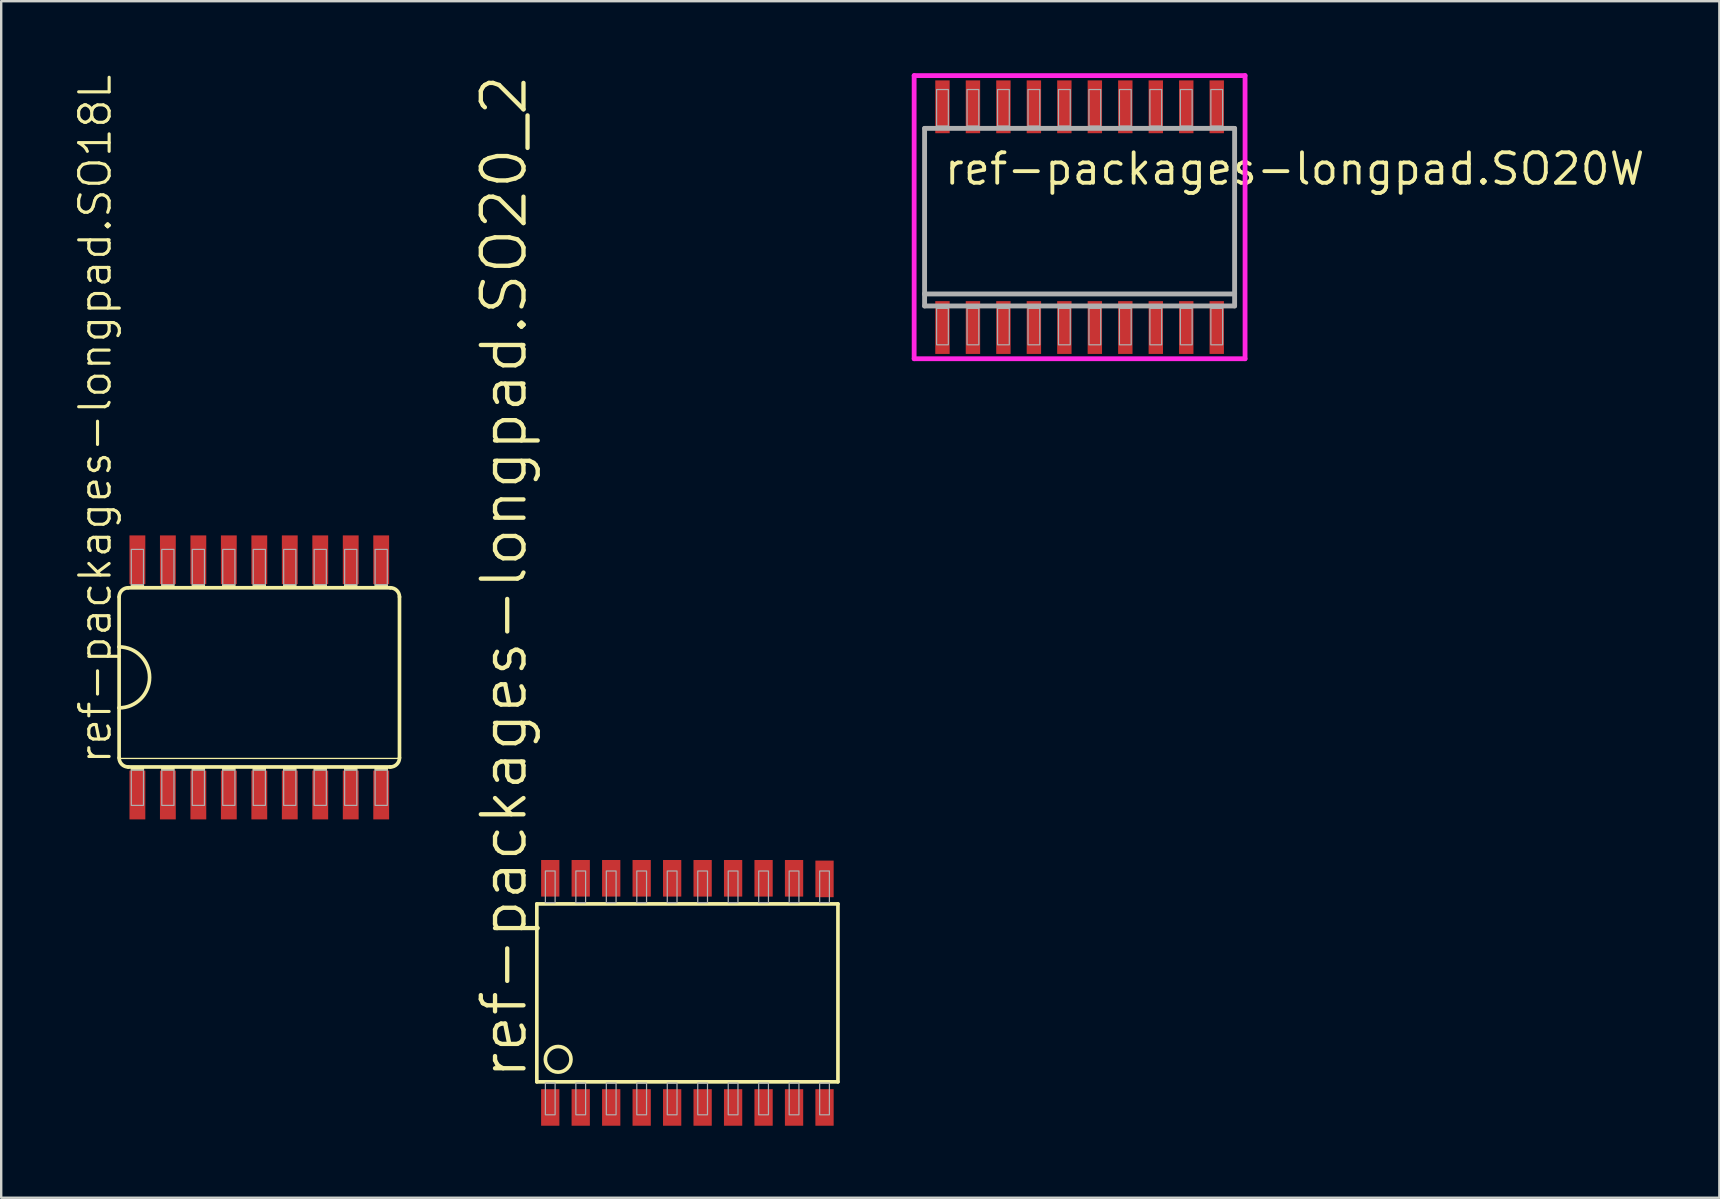
<source format=kicad_pcb>
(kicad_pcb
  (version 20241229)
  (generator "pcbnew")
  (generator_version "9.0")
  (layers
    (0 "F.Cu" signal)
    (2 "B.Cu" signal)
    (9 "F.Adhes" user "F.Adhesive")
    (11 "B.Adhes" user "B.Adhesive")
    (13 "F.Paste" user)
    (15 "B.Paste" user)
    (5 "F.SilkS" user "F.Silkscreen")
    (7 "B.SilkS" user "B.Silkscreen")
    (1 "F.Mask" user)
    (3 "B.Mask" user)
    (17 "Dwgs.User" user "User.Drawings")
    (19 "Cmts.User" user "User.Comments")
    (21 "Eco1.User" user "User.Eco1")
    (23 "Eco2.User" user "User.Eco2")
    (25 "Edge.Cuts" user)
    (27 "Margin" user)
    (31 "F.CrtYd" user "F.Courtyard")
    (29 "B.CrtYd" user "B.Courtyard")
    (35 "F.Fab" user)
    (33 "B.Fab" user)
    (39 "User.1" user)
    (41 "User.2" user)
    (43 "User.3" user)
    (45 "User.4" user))
  (footprint "ref-packages-longpad.SO20_2"
    (layer "F.Cu")
    (at 25.596 38.327)
    (property "Reference" "ref-packages-longpad.SO20_2" (at -6.604 3.683 90) (layer "F.SilkS") (effects (font (size 1.778 1.778) (thickness 0.18)) (justify left bottom)))
    (attr smd)
    (fp_line (start -6.274 -3.708) (end -6.274 3.708) (stroke (width 0.152) (type default)) (layer "F.SilkS"))
    (fp_line (start -6.274 3.708) (end 6.274 3.708) (stroke (width 0.152) (type default)) (layer "F.SilkS"))
    (fp_line (start 6.274 -3.708) (end -6.274 -3.708) (stroke (width 0.152) (type default)) (layer "F.SilkS"))
    (fp_line (start 6.274 3.708) (end 6.274 -3.708) (stroke (width 0.152) (type default)) (layer "F.SilkS"))
    (fp_circle (center -5.385 2.769) (end -4.851 2.769) (stroke (width 0.152) (type default)) (fill no) (layer "F.SilkS"))
    (fp_rect (start -5.918 -3.759) (end -5.512 -5.08) (stroke (width 0.05) (type default)) (fill no) (layer "F.Fab"))
    (fp_rect (start -5.918 5.08) (end -5.512 3.759) (stroke (width 0.05) (type default)) (fill no) (layer "F.Fab"))
    (fp_rect (start -4.648 -3.759) (end -4.242 -5.08) (stroke (width 0.05) (type default)) (fill no) (layer "F.Fab"))
    (fp_rect (start -4.648 5.08) (end -4.242 3.759) (stroke (width 0.05) (type default)) (fill no) (layer "F.Fab"))
    (fp_rect (start -3.378 -3.759) (end -2.972 -5.08) (stroke (width 0.05) (type default)) (fill no) (layer "F.Fab"))
    (fp_rect (start -3.378 5.08) (end -2.972 3.759) (stroke (width 0.05) (type default)) (fill no) (layer "F.Fab"))
    (fp_rect (start -2.108 -3.759) (end -1.702 -5.08) (stroke (width 0.05) (type default)) (fill no) (layer "F.Fab"))
    (fp_rect (start -2.108 5.08) (end -1.702 3.759) (stroke (width 0.05) (type default)) (fill no) (layer "F.Fab"))
    (fp_rect (start -0.838 -3.759) (end -0.432 -5.08) (stroke (width 0.05) (type default)) (fill no) (layer "F.Fab"))
    (fp_rect (start -0.838 5.08) (end -0.432 3.759) (stroke (width 0.05) (type default)) (fill no) (layer "F.Fab"))
    (fp_rect (start 0.432 -3.759) (end 0.838 -5.08) (stroke (width 0.05) (type default)) (fill no) (layer "F.Fab"))
    (fp_rect (start 0.432 5.08) (end 0.838 3.759) (stroke (width 0.05) (type default)) (fill no) (layer "F.Fab"))
    (fp_rect (start 1.702 -3.759) (end 2.108 -5.08) (stroke (width 0.05) (type default)) (fill no) (layer "F.Fab"))
    (fp_rect (start 1.702 5.08) (end 2.108 3.759) (stroke (width 0.05) (type default)) (fill no) (layer "F.Fab"))
    (fp_rect (start 2.972 -3.759) (end 3.378 -5.08) (stroke (width 0.05) (type default)) (fill no) (layer "F.Fab"))
    (fp_rect (start 2.972 5.08) (end 3.378 3.759) (stroke (width 0.05) (type default)) (fill no) (layer "F.Fab"))
    (fp_rect (start 4.242 -3.759) (end 4.648 -5.08) (stroke (width 0.05) (type default)) (fill no) (layer "F.Fab"))
    (fp_rect (start 4.242 5.08) (end 4.648 3.759) (stroke (width 0.05) (type default)) (fill no) (layer "F.Fab"))
    (fp_rect (start 5.512 -3.759) (end 5.918 -5.08) (stroke (width 0.05) (type default)) (fill no) (layer "F.Fab"))
    (fp_rect (start 5.512 5.08) (end 5.918 3.759) (stroke (width 0.05) (type default)) (fill no) (layer "F.Fab"))
    (pad "1" smd roundrect (at -5.715 4.775) (size 0.762 1.524) (layers "F.Cu" "F.Mask" "F.Paste") (roundrect_rratio 0.01))
    (pad "2" smd roundrect (at -4.445 4.775) (size 0.762 1.524) (layers "F.Cu" "F.Mask" "F.Paste") (roundrect_rratio 0.01))
    (pad "3" smd roundrect (at -3.175 4.775) (size 0.762 1.524) (layers "F.Cu" "F.Mask" "F.Paste") (roundrect_rratio 0.01))
    (pad "4" smd roundrect (at -1.905 4.775) (size 0.762 1.524) (layers "F.Cu" "F.Mask" "F.Paste") (roundrect_rratio 0.01))
    (pad "5" smd roundrect (at -0.635 4.775) (size 0.762 1.524) (layers "F.Cu" "F.Mask" "F.Paste") (roundrect_rratio 0.01))
    (pad "6" smd roundrect (at 0.635 4.775) (size 0.762 1.524) (layers "F.Cu" "F.Mask" "F.Paste") (roundrect_rratio 0.01))
    (pad "7" smd roundrect (at 1.905 4.775) (size 0.762 1.524) (layers "F.Cu" "F.Mask" "F.Paste") (roundrect_rratio 0.01))
    (pad "8" smd roundrect (at 3.175 4.775) (size 0.762 1.524) (layers "F.Cu" "F.Mask" "F.Paste") (roundrect_rratio 0.01))
    (pad "9" smd roundrect (at 4.445 4.775) (size 0.762 1.524) (layers "F.Cu" "F.Mask" "F.Paste") (roundrect_rratio 0.01))
    (pad "10" smd roundrect (at 5.715 4.775) (size 0.762 1.524) (layers "F.Cu" "F.Mask" "F.Paste") (roundrect_rratio 0.01))
    (pad "11" smd roundrect (at 5.715 -4.75) (size 0.762 1.524) (layers "F.Cu" "F.Mask" "F.Paste") (roundrect_rratio 0.01))
    (pad "12" smd roundrect (at 4.445 -4.775) (size 0.762 1.524) (layers "F.Cu" "F.Mask" "F.Paste") (roundrect_rratio 0.01))
    (pad "13" smd roundrect (at 3.175 -4.775) (size 0.762 1.524) (layers "F.Cu" "F.Mask" "F.Paste") (roundrect_rratio 0.01))
    (pad "14" smd roundrect (at 1.905 -4.775) (size 0.762 1.524) (layers "F.Cu" "F.Mask" "F.Paste") (roundrect_rratio 0.01))
    (pad "15" smd roundrect (at 0.635 -4.775) (size 0.762 1.524) (layers "F.Cu" "F.Mask" "F.Paste") (roundrect_rratio 0.01))
    (pad "16" smd roundrect (at -0.635 -4.775) (size 0.762 1.524) (layers "F.Cu" "F.Mask" "F.Paste") (roundrect_rratio 0.01))
    (pad "17" smd roundrect (at -1.905 -4.775) (size 0.762 1.524) (layers "F.Cu" "F.Mask" "F.Paste") (roundrect_rratio 0.01))
    (pad "18" smd roundrect (at -3.175 -4.775) (size 0.762 1.524) (layers "F.Cu" "F.Mask" "F.Paste") (roundrect_rratio 0.01))
    (pad "19" smd roundrect (at -4.445 -4.775) (size 0.762 1.524) (layers "F.Cu" "F.Mask" "F.Paste") (roundrect_rratio 0.01))
    (pad "20" smd roundrect (at -5.715 -4.775) (size 0.762 1.524) (layers "F.Cu" "F.Mask" "F.Paste") (roundrect_rratio 0.01)))
  (footprint "ref-packages-longpad.SO20W"
    (layer "F.Cu")
    (at 41.941 6)
    (property "Reference" "ref-packages-longpad.SO20W" (at -5.715 -1.27 0) (layer "F.SilkS") (effects (font (size 1.27 1.27) (thickness 0.16)) (justify left bottom)))
    (attr smd)
    (fp_line (start -6.895 -5.9) (end 6.895 -5.9) (stroke (width 0.2) (type default)) (layer "F.CrtYd"))
    (fp_line (start -6.895 5.9) (end -6.895 -5.9) (stroke (width 0.2) (type default)) (layer "F.CrtYd"))
    (fp_line (start 6.895 -5.9) (end 6.895 5.9) (stroke (width 0.2) (type default)) (layer "F.CrtYd"))
    (fp_line (start 6.895 5.9) (end -6.895 5.9) (stroke (width 0.2) (type default)) (layer "F.CrtYd"))
    (fp_line (start -6.46 -3.7) (end 6.46 -3.7) (stroke (width 0.203) (type default)) (layer "F.Fab"))
    (fp_line (start -6.46 3.2) (end -6.46 -3.7) (stroke (width 0.203) (type default)) (layer "F.Fab"))
    (fp_line (start -6.46 3.7) (end -6.46 3.2) (stroke (width 0.203) (type default)) (layer "F.Fab"))
    (fp_line (start 6.46 -3.7) (end 6.46 3.2) (stroke (width 0.203) (type default)) (layer "F.Fab"))
    (fp_line (start 6.46 3.2) (end -6.46 3.2) (stroke (width 0.203) (type default)) (layer "F.Fab"))
    (fp_line (start 6.46 3.2) (end 6.46 3.7) (stroke (width 0.203) (type default)) (layer "F.Fab"))
    (fp_line (start 6.46 3.7) (end -6.46 3.7) (stroke (width 0.203) (type default)) (layer "F.Fab"))
    (fp_rect (start -5.96 -3.8) (end -5.47 -5.32) (stroke (width 0.05) (type default)) (fill no) (layer "F.Fab"))
    (fp_rect (start -5.96 5.32) (end -5.47 3.8) (stroke (width 0.05) (type default)) (fill no) (layer "F.Fab"))
    (fp_rect (start -4.69 -3.8) (end -4.2 -5.32) (stroke (width 0.05) (type default)) (fill no) (layer "F.Fab"))
    (fp_rect (start -4.69 5.32) (end -4.2 3.8) (stroke (width 0.05) (type default)) (fill no) (layer "F.Fab"))
    (fp_rect (start -3.42 -3.8) (end -2.93 -5.32) (stroke (width 0.05) (type default)) (fill no) (layer "F.Fab"))
    (fp_rect (start -3.42 5.32) (end -2.93 3.8) (stroke (width 0.05) (type default)) (fill no) (layer "F.Fab"))
    (fp_rect (start -2.15 -3.8) (end -1.66 -5.32) (stroke (width 0.05) (type default)) (fill no) (layer "F.Fab"))
    (fp_rect (start -2.15 5.32) (end -1.66 3.8) (stroke (width 0.05) (type default)) (fill no) (layer "F.Fab"))
    (fp_rect (start -0.88 -3.8) (end -0.39 -5.32) (stroke (width 0.05) (type default)) (fill no) (layer "F.Fab"))
    (fp_rect (start -0.88 5.32) (end -0.39 3.8) (stroke (width 0.05) (type default)) (fill no) (layer "F.Fab"))
    (fp_rect (start 0.39 -3.8) (end 0.88 -5.32) (stroke (width 0.05) (type default)) (fill no) (layer "F.Fab"))
    (fp_rect (start 0.39 5.32) (end 0.88 3.8) (stroke (width 0.05) (type default)) (fill no) (layer "F.Fab"))
    (fp_rect (start 1.66 -3.8) (end 2.15 -5.32) (stroke (width 0.05) (type default)) (fill no) (layer "F.Fab"))
    (fp_rect (start 1.66 5.32) (end 2.15 3.8) (stroke (width 0.05) (type default)) (fill no) (layer "F.Fab"))
    (fp_rect (start 2.93 -3.8) (end 3.42 -5.32) (stroke (width 0.05) (type default)) (fill no) (layer "F.Fab"))
    (fp_rect (start 2.93 5.32) (end 3.42 3.8) (stroke (width 0.05) (type default)) (fill no) (layer "F.Fab"))
    (fp_rect (start 4.2 -3.8) (end 4.69 -5.32) (stroke (width 0.05) (type default)) (fill no) (layer "F.Fab"))
    (fp_rect (start 4.2 5.32) (end 4.69 3.8) (stroke (width 0.05) (type default)) (fill no) (layer "F.Fab"))
    (fp_rect (start 5.47 -3.8) (end 5.96 -5.32) (stroke (width 0.05) (type default)) (fill no) (layer "F.Fab"))
    (fp_rect (start 5.47 5.32) (end 5.96 3.8) (stroke (width 0.05) (type default)) (fill no) (layer "F.Fab"))
    (pad "1" smd roundrect (at -5.715 4.6) (size 0.6 2.2) (layers "F.Cu" "F.Mask" "F.Paste") (roundrect_rratio 0.01))
    (pad "2" smd roundrect (at -4.445 4.6) (size 0.6 2.2) (layers "F.Cu" "F.Mask" "F.Paste") (roundrect_rratio 0.01))
    (pad "3" smd roundrect (at -3.175 4.6) (size 0.6 2.2) (layers "F.Cu" "F.Mask" "F.Paste") (roundrect_rratio 0.01))
    (pad "4" smd roundrect (at -1.905 4.6) (size 0.6 2.2) (layers "F.Cu" "F.Mask" "F.Paste") (roundrect_rratio 0.01))
    (pad "5" smd roundrect (at -0.635 4.6) (size 0.6 2.2) (layers "F.Cu" "F.Mask" "F.Paste") (roundrect_rratio 0.01))
    (pad "6" smd roundrect (at 0.635 4.6) (size 0.6 2.2) (layers "F.Cu" "F.Mask" "F.Paste") (roundrect_rratio 0.01))
    (pad "7" smd roundrect (at 1.905 4.6) (size 0.6 2.2) (layers "F.Cu" "F.Mask" "F.Paste") (roundrect_rratio 0.01))
    (pad "8" smd roundrect (at 3.175 4.6) (size 0.6 2.2) (layers "F.Cu" "F.Mask" "F.Paste") (roundrect_rratio 0.01))
    (pad "9" smd roundrect (at 4.445 4.6) (size 0.6 2.2) (layers "F.Cu" "F.Mask" "F.Paste") (roundrect_rratio 0.01))
    (pad "10" smd roundrect (at 5.715 4.6) (size 0.6 2.2) (layers "F.Cu" "F.Mask" "F.Paste") (roundrect_rratio 0.01))
    (pad "11" smd roundrect (at 5.715 -4.6) (size 0.6 2.2) (layers "F.Cu" "F.Mask" "F.Paste") (roundrect_rratio 0.01))
    (pad "12" smd roundrect (at 4.445 -4.6) (size 0.6 2.2) (layers "F.Cu" "F.Mask" "F.Paste") (roundrect_rratio 0.01))
    (pad "13" smd roundrect (at 3.175 -4.6) (size 0.6 2.2) (layers "F.Cu" "F.Mask" "F.Paste") (roundrect_rratio 0.01))
    (pad "14" smd roundrect (at 1.905 -4.6) (size 0.6 2.2) (layers "F.Cu" "F.Mask" "F.Paste") (roundrect_rratio 0.01))
    (pad "15" smd roundrect (at 0.635 -4.6) (size 0.6 2.2) (layers "F.Cu" "F.Mask" "F.Paste") (roundrect_rratio 0.01))
    (pad "16" smd roundrect (at -0.635 -4.6) (size 0.6 2.2) (layers "F.Cu" "F.Mask" "F.Paste") (roundrect_rratio 0.01))
    (pad "17" smd roundrect (at -1.905 -4.6) (size 0.6 2.2) (layers "F.Cu" "F.Mask" "F.Paste") (roundrect_rratio 0.01))
    (pad "18" smd roundrect (at -3.175 -4.6) (size 0.6 2.2) (layers "F.Cu" "F.Mask" "F.Paste") (roundrect_rratio 0.01))
    (pad "19" smd roundrect (at -4.445 -4.6) (size 0.6 2.2) (layers "F.Cu" "F.Mask" "F.Paste") (roundrect_rratio 0.01))
    (pad "20" smd roundrect (at -5.715 -4.6) (size 0.6 2.2) (layers "F.Cu" "F.Mask" "F.Paste") (roundrect_rratio 0.01)))
  (footprint "ref-packages-longpad.SO18L"
    (layer "F.Cu")
    (at 7.756 25.179)
    (property "Reference" "ref-packages-longpad.SO18L" (at -6.096 3.683 90) (layer "F.SilkS") (effects (font (size 1.27 1.27) (thickness 0.13)) (justify left bottom)))
    (attr smd)
    (fp_line (start -5.842 -3.353) (end -5.842 -1.27) (stroke (width 0.152) (type default)) (layer "F.SilkS"))
    (fp_line (start -5.842 -1.27) (end -5.842 1.27) (stroke (width 0.152) (type default)) (layer "F.SilkS"))
    (fp_line (start -5.842 1.27) (end -5.842 3.353) (stroke (width 0.152) (type default)) (layer "F.SilkS"))
    (fp_line (start -5.842 3.378) (end 5.842 3.378) (stroke (width 0.051) (type default)) (layer "F.SilkS"))
    (fp_line (start -5.461 3.734) (end 5.461 3.734) (stroke (width 0.152) (type default)) (layer "F.SilkS"))
    (fp_line (start 5.461 -3.734) (end -5.461 -3.734) (stroke (width 0.152) (type default)) (layer "F.SilkS"))
    (fp_line (start 5.842 3.353) (end 5.842 -3.353) (stroke (width 0.152) (type default)) (layer "F.SilkS"))
    (fp_rect (start -5.334 -3.734) (end -4.826 -3.861) (stroke (width 0.05) (type default)) (fill yes) (layer "F.SilkS"))
    (fp_rect (start -5.334 3.861) (end -4.826 3.734) (stroke (width 0.05) (type default)) (fill yes) (layer "F.SilkS"))
    (fp_rect (start -4.064 -3.734) (end -3.556 -3.861) (stroke (width 0.05) (type default)) (fill yes) (layer "F.SilkS"))
    (fp_rect (start -4.064 3.861) (end -3.556 3.734) (stroke (width 0.05) (type default)) (fill yes) (layer "F.SilkS"))
    (fp_rect (start -2.794 -3.734) (end -2.286 -3.861) (stroke (width 0.05) (type default)) (fill yes) (layer "F.SilkS"))
    (fp_rect (start -2.794 3.861) (end -2.286 3.734) (stroke (width 0.05) (type default)) (fill yes) (layer "F.SilkS"))
    (fp_rect (start -1.524 -3.734) (end -1.016 -3.861) (stroke (width 0.05) (type default)) (fill yes) (layer "F.SilkS"))
    (fp_rect (start -1.524 3.861) (end -1.016 3.734) (stroke (width 0.05) (type default)) (fill yes) (layer "F.SilkS"))
    (fp_rect (start -0.254 -3.734) (end 0.254 -3.861) (stroke (width 0.05) (type default)) (fill yes) (layer "F.SilkS"))
    (fp_rect (start -0.254 3.861) (end 0.254 3.734) (stroke (width 0.05) (type default)) (fill yes) (layer "F.SilkS"))
    (fp_rect (start 1.016 -3.734) (end 1.524 -3.861) (stroke (width 0.05) (type default)) (fill yes) (layer "F.SilkS"))
    (fp_rect (start 1.016 3.861) (end 1.524 3.734) (stroke (width 0.05) (type default)) (fill yes) (layer "F.SilkS"))
    (fp_rect (start 2.286 -3.734) (end 2.794 -3.861) (stroke (width 0.05) (type default)) (fill yes) (layer "F.SilkS"))
    (fp_rect (start 2.286 3.861) (end 2.794 3.734) (stroke (width 0.05) (type default)) (fill yes) (layer "F.SilkS"))
    (fp_rect (start 3.556 -3.734) (end 4.064 -3.861) (stroke (width 0.05) (type default)) (fill yes) (layer "F.SilkS"))
    (fp_rect (start 3.556 3.861) (end 4.064 3.734) (stroke (width 0.05) (type default)) (fill yes) (layer "F.SilkS"))
    (fp_rect (start 4.826 -3.734) (end 5.334 -3.861) (stroke (width 0.05) (type default)) (fill yes) (layer "F.SilkS"))
    (fp_rect (start 4.826 3.861) (end 5.334 3.734) (stroke (width 0.05) (type default)) (fill yes) (layer "F.SilkS"))
    (fp_arc (start -5.842 -3.3528) (mid -5.730408 -3.622208) (end -5.461 -3.7338) (stroke (width 0.1524) (type default)) (layer "F.SilkS"))
    (fp_arc (start -5.842 -1.27) (mid -4.572 0) (end -5.842 1.27) (stroke (width 0.1524) (type default)) (layer "F.SilkS"))
    (fp_arc (start -5.461 3.7338) (mid -5.730408 3.622208) (end -5.842 3.3528) (stroke (width 0.1524) (type default)) (layer "F.SilkS"))
    (fp_arc (start 5.461 -3.7338) (mid 5.730408 -3.622208) (end 5.842 -3.3528) (stroke (width 0.1524) (type default)) (layer "F.SilkS"))
    (fp_arc (start 5.842 3.3528) (mid 5.730408 3.622208) (end 5.461 3.7338) (stroke (width 0.1524) (type default)) (layer "F.SilkS"))
    (fp_rect (start -5.334 -3.861) (end -4.826 -5.334) (stroke (width 0.05) (type default)) (fill no) (layer "F.Fab"))
    (fp_rect (start -5.334 5.334) (end -4.826 3.861) (stroke (width 0.05) (type default)) (fill no) (layer "F.Fab"))
    (fp_rect (start -4.064 -3.861) (end -3.556 -5.334) (stroke (width 0.05) (type default)) (fill no) (layer "F.Fab"))
    (fp_rect (start -4.064 5.334) (end -3.556 3.861) (stroke (width 0.05) (type default)) (fill no) (layer "F.Fab"))
    (fp_rect (start -2.794 -3.861) (end -2.286 -5.334) (stroke (width 0.05) (type default)) (fill no) (layer "F.Fab"))
    (fp_rect (start -2.794 5.334) (end -2.286 3.861) (stroke (width 0.05) (type default)) (fill no) (layer "F.Fab"))
    (fp_rect (start -1.524 -3.861) (end -1.016 -5.334) (stroke (width 0.05) (type default)) (fill no) (layer "F.Fab"))
    (fp_rect (start -1.524 5.334) (end -1.016 3.861) (stroke (width 0.05) (type default)) (fill no) (layer "F.Fab"))
    (fp_rect (start -0.254 -3.861) (end 0.254 -5.334) (stroke (width 0.05) (type default)) (fill no) (layer "F.Fab"))
    (fp_rect (start -0.254 5.334) (end 0.254 3.861) (stroke (width 0.05) (type default)) (fill no) (layer "F.Fab"))
    (fp_rect (start 1.016 -3.861) (end 1.524 -5.334) (stroke (width 0.05) (type default)) (fill no) (layer "F.Fab"))
    (fp_rect (start 1.016 5.334) (end 1.524 3.861) (stroke (width 0.05) (type default)) (fill no) (layer "F.Fab"))
    (fp_rect (start 2.286 -3.861) (end 2.794 -5.334) (stroke (width 0.05) (type default)) (fill no) (layer "F.Fab"))
    (fp_rect (start 2.286 5.334) (end 2.794 3.861) (stroke (width 0.05) (type default)) (fill no) (layer "F.Fab"))
    (fp_rect (start 3.556 -3.861) (end 4.064 -5.334) (stroke (width 0.05) (type default)) (fill no) (layer "F.Fab"))
    (fp_rect (start 3.556 5.334) (end 4.064 3.861) (stroke (width 0.05) (type default)) (fill no) (layer "F.Fab"))
    (fp_rect (start 4.826 -3.861) (end 5.334 -5.334) (stroke (width 0.05) (type default)) (fill no) (layer "F.Fab"))
    (fp_rect (start 4.826 5.334) (end 5.334 3.861) (stroke (width 0.05) (type default)) (fill no) (layer "F.Fab"))
    (pad "1" smd roundrect (at -5.08 4.902) (size 0.66 2.032) (layers "F.Cu" "F.Mask" "F.Paste") (roundrect_rratio 0.01))
    (pad "2" smd roundrect (at -3.81 4.902) (size 0.66 2.032) (layers "F.Cu" "F.Mask" "F.Paste") (roundrect_rratio 0.01))
    (pad "3" smd roundrect (at -2.54 4.902) (size 0.66 2.032) (layers "F.Cu" "F.Mask" "F.Paste") (roundrect_rratio 0.01))
    (pad "4" smd roundrect (at -1.27 4.902) (size 0.66 2.032) (layers "F.Cu" "F.Mask" "F.Paste") (roundrect_rratio 0.01))
    (pad "5" smd roundrect (at 0 4.902) (size 0.66 2.032) (layers "F.Cu" "F.Mask" "F.Paste") (roundrect_rratio 0.01))
    (pad "6" smd roundrect (at 1.27 4.902) (size 0.66 2.032) (layers "F.Cu" "F.Mask" "F.Paste") (roundrect_rratio 0.01))
    (pad "7" smd roundrect (at 2.54 4.902) (size 0.66 2.032) (layers "F.Cu" "F.Mask" "F.Paste") (roundrect_rratio 0.01))
    (pad "8" smd roundrect (at 3.81 4.902) (size 0.66 2.032) (layers "F.Cu" "F.Mask" "F.Paste") (roundrect_rratio 0.01))
    (pad "9" smd roundrect (at 5.08 4.902) (size 0.66 2.032) (layers "F.Cu" "F.Mask" "F.Paste") (roundrect_rratio 0.01))
    (pad "10" smd roundrect (at 5.08 -4.902) (size 0.66 2.032) (layers "F.Cu" "F.Mask" "F.Paste") (roundrect_rratio 0.01))
    (pad "11" smd roundrect (at 3.81 -4.902) (size 0.66 2.032) (layers "F.Cu" "F.Mask" "F.Paste") (roundrect_rratio 0.01))
    (pad "12" smd roundrect (at 2.54 -4.902) (size 0.66 2.032) (layers "F.Cu" "F.Mask" "F.Paste") (roundrect_rratio 0.01))
    (pad "13" smd roundrect (at 1.27 -4.902) (size 0.66 2.032) (layers "F.Cu" "F.Mask" "F.Paste") (roundrect_rratio 0.01))
    (pad "14" smd roundrect (at 0 -4.902) (size 0.66 2.032) (layers "F.Cu" "F.Mask" "F.Paste") (roundrect_rratio 0.01))
    (pad "15" smd roundrect (at -1.27 -4.902) (size 0.66 2.032) (layers "F.Cu" "F.Mask" "F.Paste") (roundrect_rratio 0.01))
    (pad "16" smd roundrect (at -2.54 -4.902) (size 0.66 2.032) (layers "F.Cu" "F.Mask" "F.Paste") (roundrect_rratio 0.01))
    (pad "17" smd roundrect (at -3.81 -4.902) (size 0.66 2.032) (layers "F.Cu" "F.Mask" "F.Paste") (roundrect_rratio 0.01))
    (pad "18" smd roundrect (at -5.08 -4.902) (size 0.66 2.032) (layers "F.Cu" "F.Mask" "F.Paste") (roundrect_rratio 0.01)))
  (gr_rect
    (start -3 -3)
    (end 68.602 46.864)
    (stroke (width 0.1) (type default))
    (fill no)
    (layer "Edge.Cuts")))
</source>
